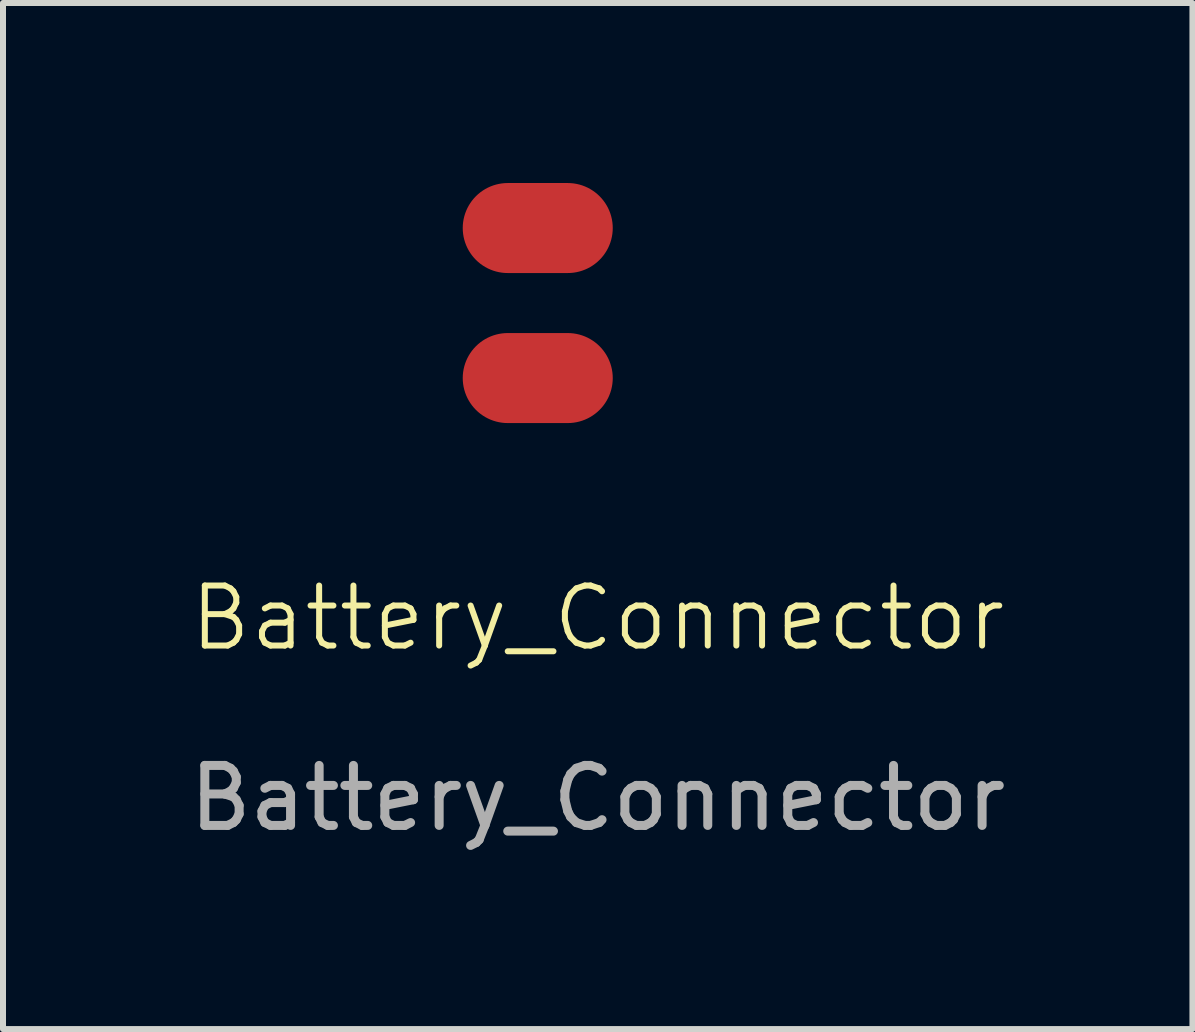
<source format=kicad_pcb>
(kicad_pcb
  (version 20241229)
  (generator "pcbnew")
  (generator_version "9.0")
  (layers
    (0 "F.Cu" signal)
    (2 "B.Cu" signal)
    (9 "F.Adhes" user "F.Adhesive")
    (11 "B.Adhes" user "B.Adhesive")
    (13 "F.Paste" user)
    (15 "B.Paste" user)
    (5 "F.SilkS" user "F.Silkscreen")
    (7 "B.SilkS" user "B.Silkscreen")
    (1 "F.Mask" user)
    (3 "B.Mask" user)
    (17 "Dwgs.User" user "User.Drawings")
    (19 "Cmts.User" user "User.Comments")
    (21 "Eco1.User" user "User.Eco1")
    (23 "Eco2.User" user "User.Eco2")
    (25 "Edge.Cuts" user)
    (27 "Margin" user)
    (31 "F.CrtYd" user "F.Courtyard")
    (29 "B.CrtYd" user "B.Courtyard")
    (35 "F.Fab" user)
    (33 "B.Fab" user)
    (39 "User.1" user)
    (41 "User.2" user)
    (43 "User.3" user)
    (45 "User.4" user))
  (footprint "Battery_Connector"
    (layer "F.Cu")
    (at 6.911 7.75)
    (property "Reference" "Battery_Connector" (at 0 -0.5 0) (unlocked yes) (layer "F.SilkS") (effects (font (size 1 1) (thickness 0.1))))
    (attr smd)
    (fp_text user "${REFERENCE}" (at 0 2.5 0) (unlocked yes) (layer "F.Fab") (effects (font (size 1 1) (thickness 0.15))))
    (pad "1" smd oval (at -1 -7) (size 2.5 1.5) (layers "F.Cu" "F.Mask" "F.Paste"))
    (pad "2" smd oval (at -1 -4.5) (size 2.5 1.5) (layers "F.Cu" "F.Mask" "F.Paste")))
  (gr_rect
    (start -3 -3)
    (end 16.821 14.098)
    (stroke (width 0.1) (type default))
    (fill no)
    (layer "Edge.Cuts")))
</source>
